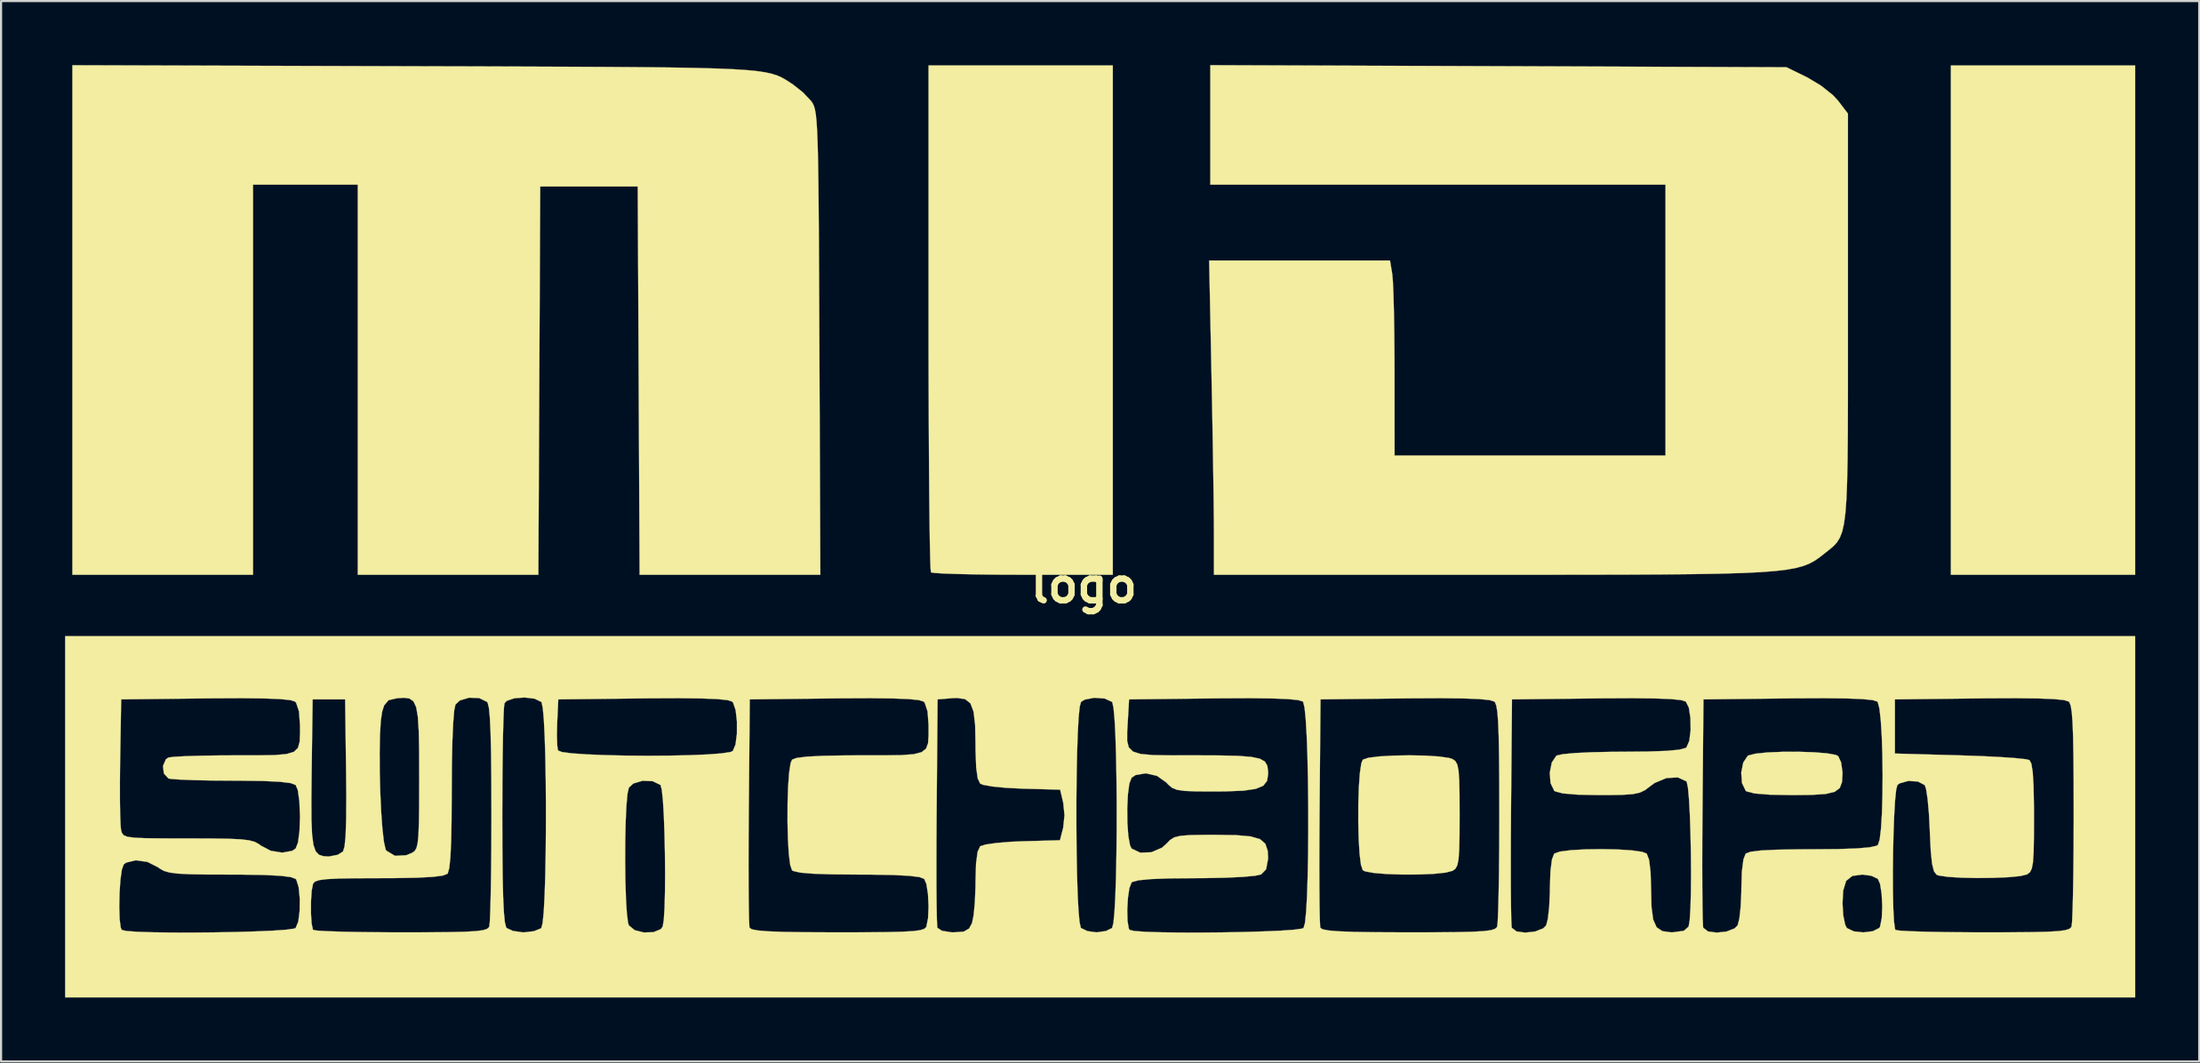
<source format=kicad_pcb>
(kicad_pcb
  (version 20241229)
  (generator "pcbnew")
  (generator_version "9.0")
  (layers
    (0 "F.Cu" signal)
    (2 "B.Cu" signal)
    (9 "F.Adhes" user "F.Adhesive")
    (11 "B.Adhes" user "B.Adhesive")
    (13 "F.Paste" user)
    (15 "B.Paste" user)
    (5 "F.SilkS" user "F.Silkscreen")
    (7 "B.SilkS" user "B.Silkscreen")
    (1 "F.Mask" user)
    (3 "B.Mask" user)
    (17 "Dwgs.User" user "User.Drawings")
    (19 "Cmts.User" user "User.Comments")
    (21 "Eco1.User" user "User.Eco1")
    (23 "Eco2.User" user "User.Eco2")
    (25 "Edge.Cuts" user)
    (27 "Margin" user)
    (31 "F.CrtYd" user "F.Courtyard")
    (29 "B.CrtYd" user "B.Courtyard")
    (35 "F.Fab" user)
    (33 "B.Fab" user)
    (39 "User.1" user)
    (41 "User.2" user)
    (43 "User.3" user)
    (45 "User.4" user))
  (footprint "logo"
    (layer "F.Cu")
    (at 47.757 24.402)
    (property "Reference" "logo" (at 0 0 0) (layer "F.SilkS") (effects (font (size 1.524 1.524) (thickness 0.3))))
    (attr through_hole)
    (fp_poly (pts (xy 49.276 -0.508) (xy 40.64 -0.508) (xy 40.64 -24.384) (xy 49.276 -24.384) (xy 49.276 -0.508)) (stroke (width 0.01) (type solid)) (fill yes) (layer "F.SilkS"))
    (fp_poly (pts (xy 1.355 -0.508) (xy -2.85 -0.508) (xy -4.011 -0.512) (xy -5.058 -0.525) (xy -5.945 -0.544) (xy -6.623 -0.568) (xy -7.046 -0.597) (xy -7.168 -0.621) (xy -7.187 -0.805) (xy -7.205 -1.3) (xy -7.222 -2.079) (xy -7.237 -3.114) (xy -7.25 -4.378) (xy -7.261 -5.843) (xy -7.27 -7.482) (xy -7.277 -9.267) (xy -7.281 -11.171) (xy -7.281 -12.559) (xy -7.281 -24.384) (xy 1.355 -24.384) (xy 1.355 -0.508)) (stroke (width 0.01) (type solid)) (fill yes) (layer "F.SilkS"))
    (fp_poly (pts (xy 34.222 7.814) (xy 34.834 7.864) (xy 35.245 7.938) (xy 35.357 7.993) (xy 35.494 8.289) (xy 35.559 8.746) (xy 35.56 8.805) (xy 35.537 9.208) (xy 35.432 9.488) (xy 35.194 9.667) (xy 34.772 9.768) (xy 34.113 9.812) (xy 33.189 9.821) (xy 32.153 9.802) (xy 31.444 9.745) (xy 31.065 9.649) (xy 31.022 9.618) (xy 30.849 9.259) (xy 30.813 8.77) (xy 30.906 8.297) (xy 31.114 7.984) (xy 31.146 7.965) (xy 31.475 7.88) (xy 32.033 7.822) (xy 32.735 7.793) (xy 33.493 7.79) (xy 34.222 7.814)) (stroke (width 0.01) (type solid)) (fill yes) (layer "F.SilkS"))
    (fp_poly (pts (xy 16.004 7.971) (xy 16.655 8.013) (xy 17.127 8.082) (xy 17.283 8.134) (xy 17.412 8.228) (xy 17.502 8.387) (xy 17.56 8.664) (xy 17.593 9.115) (xy 17.607 9.796) (xy 17.611 10.753) (xy 17.607 11.715) (xy 17.592 12.394) (xy 17.559 12.844) (xy 17.501 13.12) (xy 17.411 13.278) (xy 17.283 13.371) (xy 16.954 13.456) (xy 16.396 13.514) (xy 15.695 13.543) (xy 14.936 13.546) (xy 14.208 13.522) (xy 13.595 13.472) (xy 13.184 13.398) (xy 13.073 13.343) (xy 12.987 13.09) (xy 12.923 12.577) (xy 12.881 11.879) (xy 12.862 11.075) (xy 12.864 10.24) (xy 12.889 9.454) (xy 12.936 8.791) (xy 13.004 8.331) (xy 13.073 8.162) (xy 13.328 8.073) (xy 13.836 8.009) (xy 14.508 7.97) (xy 15.26 7.958) (xy 16.004 7.971)) (stroke (width 0.01) (type solid)) (fill yes) (layer "F.SilkS"))
    (fp_poly (pts (xy -31.369 -24.346) (xy -28.642 -24.339) (xy -26.233 -24.331) (xy -24.12 -24.323) (xy -22.282 -24.314) (xy -20.699 -24.302) (xy -19.347 -24.287) (xy -18.208 -24.267) (xy -17.258 -24.241) (xy -16.478 -24.209) (xy -15.846 -24.169) (xy -15.341 -24.12) (xy -14.941 -24.062) (xy -14.625 -23.992) (xy -14.373 -23.911) (xy -14.163 -23.818) (xy -13.973 -23.71) (xy -13.784 -23.588) (xy -13.631 -23.487) (xy -13.167 -23.119) (xy -12.784 -22.712) (xy -12.716 -22.613) (xy -12.658 -22.493) (xy -12.608 -22.326) (xy -12.566 -22.086) (xy -12.532 -21.748) (xy -12.503 -21.287) (xy -12.48 -20.677) (xy -12.461 -19.893) (xy -12.446 -18.91) (xy -12.434 -17.702) (xy -12.423 -16.243) (xy -12.414 -14.509) (xy -12.405 -12.473) (xy -12.4 -11.388) (xy -12.354 -0.508) (xy -20.825 -0.508) (xy -20.869 -9.61) (xy -20.913 -18.711) (xy -25.485 -18.711) (xy -25.528 -9.61) (xy -25.572 -0.508) (xy -34.036 -0.508) (xy -34.036 -18.796) (xy -38.947 -18.796) (xy -38.947 -0.508) (xy -47.413 -0.508) (xy -47.413 -24.394) (xy -31.369 -24.346)) (stroke (width 0.01) (type solid)) (fill yes) (layer "F.SilkS"))
    (fp_poly (pts (xy 32.935 -24.299) (xy 33.91 -23.821) (xy 34.55 -23.44) (xy 35.109 -22.993) (xy 35.35 -22.733) (xy 35.814 -22.125) (xy 35.814 -12.544) (xy 35.814 -10.439) (xy 35.813 -8.645) (xy 35.808 -7.136) (xy 35.796 -5.883) (xy 35.775 -4.861) (xy 35.742 -4.041) (xy 35.694 -3.396) (xy 35.628 -2.899) (xy 35.542 -2.523) (xy 35.433 -2.241) (xy 35.298 -2.025) (xy 35.135 -1.848) (xy 34.941 -1.684) (xy 34.713 -1.504) (xy 34.488 -1.328) (xy 34.267 -1.174) (xy 34.026 -1.041) (xy 33.743 -0.927) (xy 33.394 -0.83) (xy 32.956 -0.75) (xy 32.406 -0.684) (xy 31.721 -0.631) (xy 30.878 -0.59) (xy 29.854 -0.56) (xy 28.626 -0.538) (xy 27.17 -0.523) (xy 25.464 -0.514) (xy 23.485 -0.51) (xy 21.209 -0.508) (xy 19.099 -0.508) (xy 6.096 -0.508) (xy 6.096 -2.413) (xy 6.092 -3.068) (xy 6.082 -4.001) (xy 6.066 -5.151) (xy 6.045 -6.457) (xy 6.021 -7.859) (xy 5.993 -9.296) (xy 5.984 -9.779) (xy 5.872 -15.24) (xy 14.349 -15.24) (xy 14.454 -14.605) (xy 14.484 -14.255) (xy 14.511 -13.624) (xy 14.534 -12.769) (xy 14.55 -11.749) (xy 14.559 -10.621) (xy 14.561 -10.033) (xy 14.563 -6.096) (xy 27.263 -6.096) (xy 27.263 -18.796) (xy 5.927 -18.796) (xy 5.927 -24.397) (xy 32.935 -24.299)) (stroke (width 0.01) (type solid)) (fill yes) (layer "F.SilkS"))
    (fp_poly (pts (xy 49.276 19.304) (xy -47.752 19.304) (xy -47.752 15.058) (xy -45.217 15.058) (xy -45.2 15.63) (xy -45.148 16.029) (xy -45.099 16.143) (xy -44.884 16.192) (xy -44.389 16.229) (xy -43.672 16.253) (xy -42.794 16.265) (xy -41.812 16.267) (xy -40.784 16.258) (xy -39.77 16.24) (xy -38.829 16.212) (xy -38.019 16.177) (xy -37.398 16.133) (xy -37.025 16.082) (xy -36.949 16.053) (xy -36.826 15.756) (xy -36.776 15.366) (xy -36.231 15.366) (xy -36.2 15.841) (xy -36.14 16.121) (xy -36.124 16.143) (xy -35.93 16.175) (xy -35.445 16.203) (xy -34.719 16.227) (xy -33.798 16.244) (xy -32.732 16.254) (xy -31.994 16.256) (xy -30.709 16.254) (xy -29.724 16.245) (xy -28.997 16.227) (xy -28.49 16.198) (xy -28.162 16.154) (xy -27.974 16.093) (xy -27.885 16.013) (xy -27.873 15.988) (xy -27.847 15.756) (xy -27.824 15.23) (xy -27.804 14.454) (xy -27.787 13.474) (xy -27.776 12.333) (xy -27.771 11.076) (xy -27.771 10.817) (xy -27.263 10.817) (xy -27.258 12.389) (xy -27.245 13.646) (xy -27.222 14.613) (xy -27.188 15.314) (xy -27.143 15.773) (xy -27.084 16.014) (xy -27.059 16.053) (xy -26.763 16.19) (xy -26.306 16.255) (xy -26.247 16.256) (xy -25.783 16.203) (xy -25.456 16.072) (xy -25.434 16.053) (xy -25.373 15.826) (xy -25.321 15.312) (xy -25.28 14.562) (xy -25.249 13.629) (xy -25.235 12.906) (xy -21.503 12.906) (xy -21.493 13.829) (xy -21.466 14.667) (xy -21.425 15.347) (xy -21.369 15.8) (xy -21.33 15.928) (xy -21.056 16.154) (xy -20.626 16.262) (xy -20.174 16.247) (xy -19.832 16.106) (xy -19.745 15.988) (xy -19.693 15.681) (xy -19.657 15.119) (xy -19.637 14.369) (xy -19.631 13.496) (xy -19.634 13.09) (xy -15.72 13.09) (xy -15.717 14.143) (xy -15.709 15.006) (xy -15.697 15.635) (xy -15.68 15.987) (xy -15.671 16.043) (xy -15.563 16.114) (xy -15.28 16.168) (xy -14.789 16.208) (xy -14.06 16.235) (xy -13.06 16.25) (xy -11.758 16.256) (xy -11.538 16.256) (xy -10.248 16.254) (xy -9.257 16.245) (xy -8.525 16.227) (xy -8.012 16.198) (xy -7.68 16.155) (xy -7.489 16.095) (xy -7.398 16.016) (xy -7.384 15.988) (xy -7.304 15.585) (xy -7.281 15.034) (xy -7.309 14.46) (xy -7.383 13.987) (xy -7.485 13.75) (xy -7.706 13.665) (xy -8.193 13.605) (xy -8.966 13.566) (xy -10.046 13.548) (xy -10.583 13.547) (xy -11.796 13.537) (xy -12.693 13.507) (xy -13.294 13.456) (xy -13.622 13.381) (xy -13.682 13.343) (xy -13.768 13.09) (xy -13.768 13.09) (xy -6.914 13.09) (xy -6.912 14.143) (xy -6.904 15.006) (xy -6.892 15.635) (xy -6.875 15.987) (xy -6.866 16.043) (xy -6.653 16.183) (xy -6.216 16.253) (xy -6.097 16.256) (xy -5.631 16.221) (xy -5.379 16.075) (xy -5.245 15.822) (xy -5.169 15.456) (xy -5.112 14.86) (xy -5.082 14.144) (xy -5.08 13.895) (xy -5.056 13.028) (xy -4.982 12.476) (xy -4.859 12.219) (xy -4.604 12.138) (xy -4.093 12.065) (xy -3.41 12.009) (xy -2.879 11.987) (xy -1.122 11.938) (xy -0.973 11.363) (xy -0.962 11.263) (xy -0.352 11.263) (xy -0.343 12.416) (xy -0.323 13.495) (xy -0.294 14.449) (xy -0.254 15.225) (xy -0.204 15.773) (xy -0.144 16.041) (xy -0.135 16.053) (xy 0.17 16.199) (xy 0.593 16.256) (xy 1.031 16.194) (xy 1.321 16.053) (xy 1.382 15.826) (xy 1.433 15.312) (xy 1.474 14.562) (xy 1.505 13.629) (xy 1.526 12.564) (xy 1.537 11.418) (xy 1.538 10.242) (xy 1.528 9.089) (xy 1.509 8.01) (xy 1.486 7.281) (xy 2.028 7.281) (xy 2.105 7.586) (xy 2.303 7.782) (xy 2.665 7.895) (xy 3.234 7.946) (xy 4.054 7.96) (xy 5.168 7.959) (xy 5.219 7.959) (xy 6.376 7.963) (xy 7.238 7.983) (xy 7.848 8.031) (xy 8.249 8.116) (xy 8.485 8.251) (xy 8.599 8.446) (xy 8.634 8.713) (xy 8.636 8.833) (xy 8.587 9.155) (xy 8.409 9.382) (xy 8.055 9.53) (xy 7.479 9.614) (xy 6.635 9.648) (xy 6.106 9.652) (xy 5.282 9.648) (xy 4.725 9.626) (xy 4.364 9.574) (xy 4.129 9.478) (xy 3.949 9.324) (xy 3.863 9.229) (xy 3.43 8.922) (xy 2.905 8.8) (xy 2.423 8.881) (xy 2.235 9.009) (xy 2.13 9.283) (xy 2.062 9.794) (xy 2.031 10.439) (xy 2.038 11.119) (xy 2.081 11.731) (xy 2.161 12.174) (xy 2.235 12.327) (xy 2.642 12.521) (xy 3.162 12.501) (xy 3.66 12.288) (xy 3.863 12.107) (xy 4.04 11.925) (xy 4.236 11.804) (xy 4.523 11.732) (xy 4.969 11.697) (xy 5.644 11.685) (xy 6.167 11.684) (xy 7.135 11.699) (xy 7.814 11.759) (xy 8.254 11.885) (xy 8.504 12.1) (xy 8.615 12.427) (xy 8.636 12.791) (xy 8.541 13.301) (xy 8.308 13.541) (xy 8.024 13.603) (xy 7.458 13.655) (xy 6.67 13.693) (xy 5.718 13.713) (xy 5.21 13.716) (xy 4.019 13.726) (xy 3.146 13.759) (xy 2.57 13.814) (xy 2.271 13.893) (xy 2.235 13.919) (xy 2.132 14.182) (xy 2.063 14.653) (xy 2.032 15.207) (xy 2.045 15.723) (xy 2.106 16.076) (xy 2.145 16.143) (xy 2.36 16.192) (xy 2.855 16.229) (xy 3.572 16.253) (xy 4.45 16.265) (xy 5.432 16.267) (xy 6.46 16.258) (xy 7.474 16.24) (xy 8.415 16.212) (xy 9.225 16.177) (xy 9.846 16.133) (xy 10.219 16.082) (xy 10.295 16.053) (xy 10.362 15.821) (xy 10.416 15.304) (xy 10.459 14.552) (xy 10.49 13.618) (xy 10.5 13.09) (xy 11.035 13.09) (xy 11.038 14.143) (xy 11.045 15.006) (xy 11.058 15.635) (xy 11.075 15.987) (xy 11.084 16.043) (xy 11.191 16.114) (xy 11.475 16.168) (xy 11.965 16.208) (xy 12.695 16.235) (xy 13.695 16.25) (xy 14.997 16.256) (xy 15.217 16.256) (xy 16.507 16.254) (xy 17.498 16.245) (xy 18.23 16.227) (xy 18.742 16.198) (xy 19.074 16.155) (xy 19.266 16.095) (xy 19.357 16.016) (xy 19.371 15.988) (xy 19.397 15.756) (xy 19.42 15.23) (xy 19.44 14.454) (xy 19.457 13.473) (xy 19.46 13.09) (xy 20.01 13.09) (xy 20.012 14.143) (xy 20.02 15.006) (xy 20.032 15.635) (xy 20.049 15.987) (xy 20.058 16.043) (xy 20.283 16.214) (xy 20.69 16.269) (xy 21.149 16.218) (xy 21.529 16.07) (xy 21.669 15.928) (xy 21.75 15.612) (xy 21.812 15.06) (xy 21.842 14.38) (xy 21.844 14.184) (xy 21.869 13.394) (xy 21.941 12.834) (xy 22.047 12.565) (xy 22.308 12.471) (xy 22.821 12.405) (xy 23.501 12.366) (xy 24.261 12.354) (xy 25.015 12.37) (xy 25.679 12.412) (xy 26.167 12.481) (xy 26.382 12.565) (xy 26.492 12.851) (xy 26.562 13.421) (xy 26.585 14.184) (xy 26.606 15.062) (xy 26.684 15.656) (xy 26.846 16.018) (xy 27.117 16.2) (xy 27.523 16.255) (xy 27.589 16.256) (xy 28.119 16.185) (xy 28.345 15.988) (xy 28.397 15.682) (xy 28.433 15.121) (xy 28.453 14.369) (xy 28.46 13.491) (xy 28.457 13.09) (xy 28.984 13.09) (xy 28.987 14.143) (xy 28.995 15.006) (xy 29.007 15.635) (xy 29.024 15.987) (xy 29.033 16.043) (xy 29.257 16.214) (xy 29.665 16.269) (xy 30.124 16.218) (xy 30.503 16.07) (xy 30.643 15.928) (xy 30.725 15.612) (xy 30.786 15.06) (xy 30.794 14.901) (xy 35.56 14.901) (xy 35.594 15.462) (xy 35.683 15.895) (xy 35.763 16.053) (xy 36.087 16.21) (xy 36.54 16.258) (xy 36.984 16.203) (xy 37.281 16.051) (xy 37.32 15.988) (xy 37.4 15.585) (xy 37.423 15.034) (xy 37.395 14.46) (xy 37.321 13.987) (xy 37.219 13.75) (xy 36.914 13.604) (xy 36.491 13.547) (xy 36.016 13.612) (xy 35.729 13.845) (xy 35.59 14.304) (xy 35.56 14.901) (xy 30.794 14.901) (xy 30.817 14.38) (xy 30.819 14.184) (xy 30.841 13.478) (xy 37.92 13.478) (xy 37.924 14.367) (xy 37.94 15.141) (xy 37.972 15.735) (xy 38.018 16.084) (xy 38.044 16.143) (xy 38.238 16.175) (xy 38.723 16.203) (xy 39.449 16.227) (xy 40.37 16.244) (xy 41.436 16.254) (xy 42.174 16.256) (xy 43.459 16.254) (xy 44.444 16.245) (xy 45.171 16.227) (xy 45.678 16.198) (xy 46.006 16.154) (xy 46.194 16.093) (xy 46.283 16.013) (xy 46.295 15.988) (xy 46.321 15.756) (xy 46.344 15.23) (xy 46.364 14.454) (xy 46.381 13.473) (xy 46.392 12.332) (xy 46.397 11.074) (xy 46.397 10.675) (xy 46.395 9.18) (xy 46.385 7.991) (xy 46.368 7.074) (xy 46.342 6.397) (xy 46.305 5.925) (xy 46.255 5.626) (xy 46.192 5.467) (xy 46.164 5.436) (xy 45.947 5.368) (xy 45.47 5.32) (xy 44.715 5.29) (xy 43.663 5.279) (xy 42.295 5.285) (xy 41.973 5.288) (xy 38.015 5.334) (xy 38.015 7.874) (xy 41.063 7.959) (xy 42.055 7.993) (xy 42.936 8.037) (xy 43.648 8.086) (xy 44.132 8.137) (xy 44.323 8.18) (xy 44.413 8.349) (xy 44.476 8.744) (xy 44.515 9.397) (xy 44.533 10.341) (xy 44.535 10.841) (xy 44.531 11.821) (xy 44.518 12.517) (xy 44.486 12.982) (xy 44.431 13.27) (xy 44.346 13.435) (xy 44.223 13.532) (xy 44.207 13.541) (xy 43.893 13.617) (xy 43.338 13.671) (xy 42.63 13.701) (xy 41.86 13.709) (xy 41.117 13.693) (xy 40.49 13.654) (xy 40.069 13.591) (xy 39.966 13.552) (xy 39.846 13.39) (xy 39.759 13.044) (xy 39.698 12.467) (xy 39.656 11.607) (xy 39.651 11.48) (xy 39.611 10.694) (xy 39.551 10.025) (xy 39.48 9.55) (xy 39.416 9.356) (xy 39.096 9.185) (xy 38.643 9.157) (xy 38.235 9.272) (xy 38.134 9.347) (xy 38.075 9.568) (xy 38.024 10.063) (xy 37.982 10.766) (xy 37.95 11.612) (xy 37.929 12.538) (xy 37.92 13.478) (xy 30.841 13.478) (xy 30.844 13.394) (xy 30.916 12.834) (xy 31.022 12.565) (xy 31.244 12.48) (xy 31.73 12.419) (xy 32.503 12.381) (xy 33.584 12.363) (xy 34.121 12.361) (xy 35.334 12.352) (xy 36.23 12.322) (xy 36.831 12.27) (xy 37.159 12.196) (xy 37.219 12.158) (xy 37.301 11.91) (xy 37.364 11.392) (xy 37.408 10.671) (xy 37.433 9.813) (xy 37.44 8.882) (xy 37.429 7.946) (xy 37.4 7.07) (xy 37.353 6.32) (xy 37.29 5.762) (xy 37.21 5.461) (xy 37.19 5.436) (xy 36.972 5.368) (xy 36.495 5.32) (xy 35.74 5.29) (xy 34.688 5.279) (xy 33.32 5.285) (xy 32.999 5.288) (xy 29.041 5.334) (xy 28.996 10.582) (xy 28.987 11.888) (xy 28.984 13.09) (xy 28.457 13.09) (xy 28.453 12.551) (xy 28.434 11.614) (xy 28.404 10.746) (xy 28.364 10.01) (xy 28.314 9.471) (xy 28.256 9.195) (xy 28.245 9.178) (xy 27.842 8.992) (xy 27.306 9.023) (xy 26.754 9.253) (xy 26.554 9.398) (xy 26.312 9.583) (xy 26.06 9.705) (xy 25.724 9.776) (xy 25.228 9.81) (xy 24.497 9.821) (xy 24.151 9.821) (xy 23.142 9.801) (xy 22.45 9.742) (xy 22.084 9.645) (xy 22.047 9.618) (xy 21.874 9.259) (xy 21.839 8.77) (xy 21.931 8.297) (xy 22.14 7.984) (xy 22.172 7.965) (xy 22.456 7.902) (xy 23.022 7.85) (xy 23.81 7.812) (xy 24.762 7.792) (xy 25.27 7.789) (xy 26.461 7.779) (xy 27.334 7.747) (xy 27.91 7.692) (xy 28.209 7.612) (xy 28.245 7.586) (xy 28.379 7.276) (xy 28.441 6.775) (xy 28.433 6.214) (xy 28.357 5.724) (xy 28.215 5.436) (xy 27.998 5.368) (xy 27.521 5.32) (xy 26.765 5.29) (xy 25.713 5.279) (xy 24.346 5.285) (xy 24.024 5.288) (xy 20.066 5.334) (xy 20.021 10.582) (xy 20.013 11.888) (xy 20.01 13.09) (xy 19.46 13.09) (xy 19.468 12.332) (xy 19.473 11.074) (xy 19.473 10.675) (xy 19.471 9.18) (xy 19.461 7.991) (xy 19.444 7.074) (xy 19.418 6.397) (xy 19.381 5.925) (xy 19.331 5.626) (xy 19.268 5.467) (xy 19.24 5.436) (xy 19.023 5.368) (xy 18.546 5.32) (xy 17.791 5.29) (xy 16.739 5.279) (xy 15.371 5.285) (xy 15.049 5.288) (xy 11.091 5.334) (xy 11.046 10.582) (xy 11.038 11.888) (xy 11.035 13.09) (xy 10.5 13.09) (xy 10.51 12.553) (xy 10.518 11.407) (xy 10.516 10.232) (xy 10.503 9.08) (xy 10.479 8.001) (xy 10.444 7.048) (xy 10.399 6.271) (xy 10.343 5.721) (xy 10.277 5.45) (xy 10.266 5.436) (xy 10.048 5.368) (xy 9.571 5.32) (xy 8.816 5.29) (xy 7.764 5.279) (xy 6.396 5.285) (xy 6.075 5.288) (xy 2.117 5.334) (xy 2.064 6.256) (xy 2.029 6.846) (xy 2.028 7.281) (xy 1.486 7.281) (xy 1.479 7.056) (xy 1.439 6.28) (xy 1.389 5.732) (xy 1.329 5.464) (xy 1.321 5.453) (xy 0.972 5.294) (xy 0.484 5.259) (xy 0.035 5.347) (xy -0.135 5.453) (xy -0.197 5.68) (xy -0.248 6.193) (xy -0.289 6.943) (xy -0.32 7.876) (xy -0.341 8.942) (xy -0.352 10.088) (xy -0.352 11.263) (xy -0.962 11.263) (xy -0.909 10.765) (xy -0.969 10.178) (xy -1.113 9.567) (xy -2.875 9.519) (xy -3.631 9.482) (xy -4.271 9.42) (xy -4.712 9.343) (xy -4.859 9.286) (xy -4.977 9.043) (xy -5.049 8.529) (xy -5.079 7.717) (xy -5.08 7.462) (xy -5.098 6.542) (xy -5.17 5.911) (xy -5.319 5.52) (xy -5.57 5.322) (xy -5.948 5.268) (xy -6.187 5.279) (xy -6.858 5.334) (xy -6.903 10.582) (xy -6.911 11.888) (xy -6.914 13.09) (xy -13.768 13.09) (xy -13.832 12.577) (xy -13.873 11.879) (xy -13.893 11.075) (xy -13.89 10.24) (xy -13.866 9.454) (xy -13.819 8.791) (xy -13.75 8.331) (xy -13.682 8.162) (xy -13.465 8.079) (xy -12.988 8.019) (xy -12.229 7.98) (xy -11.166 7.961) (xy -10.483 7.959) (xy -9.368 7.959) (xy -8.546 7.948) (xy -7.974 7.904) (xy -7.606 7.809) (xy -7.397 7.641) (xy -7.303 7.381) (xy -7.28 7.008) (xy -7.281 6.526) (xy -7.328 5.897) (xy -7.459 5.501) (xy -7.514 5.436) (xy -7.732 5.368) (xy -8.209 5.32) (xy -8.964 5.29) (xy -10.016 5.279) (xy -11.384 5.285) (xy -11.705 5.288) (xy -15.663 5.334) (xy -15.708 10.582) (xy -15.717 11.888) (xy -15.72 13.09) (xy -19.634 13.09) (xy -19.639 12.566) (xy -19.659 11.644) (xy -19.69 10.795) (xy -19.732 10.086) (xy -19.784 9.583) (xy -19.844 9.35) (xy -19.846 9.347) (xy -20.213 9.169) (xy -20.689 9.15) (xy -21.121 9.278) (xy -21.33 9.472) (xy -21.395 9.765) (xy -21.445 10.325) (xy -21.48 11.083) (xy -21.499 11.967) (xy -21.503 12.906) (xy -25.235 12.906) (xy -25.228 12.564) (xy -25.218 11.418) (xy -25.217 10.242) (xy -25.226 9.089) (xy -25.246 8.01) (xy -25.276 7.056) (xy -25.278 7.018) (xy -24.703 7.018) (xy -24.687 7.499) (xy -24.652 7.729) (xy -24.461 7.804) (xy -23.99 7.865) (xy -23.294 7.913) (xy -22.433 7.948) (xy -21.463 7.97) (xy -20.442 7.978) (xy -19.426 7.971) (xy -18.475 7.951) (xy -17.644 7.916) (xy -16.992 7.867) (xy -16.575 7.804) (xy -16.459 7.755) (xy -16.33 7.451) (xy -16.265 6.948) (xy -16.264 6.369) (xy -16.324 5.841) (xy -16.445 5.486) (xy -16.489 5.436) (xy -16.706 5.368) (xy -17.183 5.32) (xy -17.939 5.29) (xy -18.991 5.279) (xy -20.358 5.285) (xy -20.68 5.288) (xy -24.638 5.334) (xy -24.689 6.417) (xy -24.703 7.018) (xy -25.278 7.018) (xy -25.315 6.28) (xy -25.365 5.732) (xy -25.425 5.464) (xy -25.434 5.453) (xy -25.752 5.301) (xy -26.216 5.246) (xy -26.694 5.281) (xy -27.054 5.403) (xy -27.16 5.517) (xy -27.186 5.749) (xy -27.209 6.275) (xy -27.23 7.051) (xy -27.246 8.032) (xy -27.257 9.173) (xy -27.262 10.429) (xy -27.263 10.817) (xy -27.771 10.817) (xy -27.771 10.688) (xy -27.775 9.116) (xy -27.788 7.859) (xy -27.811 6.892) (xy -27.845 6.191) (xy -27.89 5.732) (xy -27.949 5.491) (xy -27.974 5.453) (xy -28.341 5.274) (xy -28.817 5.255) (xy -29.249 5.383) (xy -29.458 5.577) (xy -29.517 5.858) (xy -29.565 6.441) (xy -29.602 7.286) (xy -29.625 8.356) (xy -29.633 9.607) (xy -29.64 10.962) (xy -29.66 12.003) (xy -29.696 12.754) (xy -29.748 13.241) (xy -29.817 13.487) (xy -29.837 13.513) (xy -30.054 13.596) (xy -30.531 13.656) (xy -31.29 13.695) (xy -32.353 13.714) (xy -33.036 13.716) (xy -34.129 13.72) (xy -34.929 13.733) (xy -35.483 13.761) (xy -35.837 13.806) (xy -36.036 13.873) (xy -36.127 13.966) (xy -36.135 13.984) (xy -36.199 14.317) (xy -36.23 14.818) (xy -36.231 15.366) (xy -36.776 15.366) (xy -36.761 15.253) (xy -36.755 14.672) (xy -36.807 14.142) (xy -36.917 13.79) (xy -36.949 13.75) (xy -37.17 13.666) (xy -37.655 13.605) (xy -38.426 13.566) (xy -39.505 13.548) (xy -40.058 13.547) (xy -41.129 13.544) (xy -41.915 13.531) (xy -42.472 13.502) (xy -42.854 13.453) (xy -43.116 13.378) (xy -43.312 13.27) (xy -43.396 13.208) (xy -43.893 12.955) (xy -44.437 12.877) (xy -44.892 12.986) (xy -45.009 13.073) (xy -45.097 13.321) (xy -45.163 13.802) (xy -45.204 14.415) (xy -45.217 15.058) (xy -47.752 15.058) (xy -47.752 9.192) (xy -45.186 9.192) (xy -45.185 10.076) (xy -45.173 10.797) (xy -45.151 11.293) (xy -45.13 11.472) (xy -45.087 11.608) (xy -45.004 11.707) (xy -44.833 11.775) (xy -44.525 11.818) (xy -44.034 11.841) (xy -43.312 11.851) (xy -42.311 11.853) (xy -42.01 11.853) (xy -40.916 11.856) (xy -40.108 11.868) (xy -39.534 11.894) (xy -39.14 11.94) (xy -38.875 12.01) (xy -38.684 12.11) (xy -38.584 12.186) (xy -38.116 12.432) (xy -37.578 12.519) (xy -37.109 12.435) (xy -36.949 12.327) (xy -36.838 12.044) (xy -36.767 11.494) (xy -36.745 10.837) (xy -36.773 10.111) (xy -36.784 10.033) (xy -36.212 10.033) (xy -36.208 10.985) (xy -36.178 11.679) (xy -36.115 12.156) (xy -36.01 12.456) (xy -35.855 12.619) (xy -35.641 12.687) (xy -35.391 12.7) (xy -34.974 12.62) (xy -34.73 12.467) (xy -34.657 12.235) (xy -34.607 11.734) (xy -34.58 10.945) (xy -34.573 9.849) (xy -34.583 8.784) (xy -34.595 7.837) (xy -33.012 7.837) (xy -33.007 8.756) (xy -32.982 9.701) (xy -32.94 10.603) (xy -32.883 11.393) (xy -32.813 12.003) (xy -32.732 12.366) (xy -32.703 12.421) (xy -32.294 12.669) (xy -31.763 12.641) (xy -31.485 12.525) (xy -31.373 12.445) (xy -31.29 12.313) (xy -31.231 12.082) (xy -31.193 11.705) (xy -31.171 11.138) (xy -31.16 10.333) (xy -31.157 9.245) (xy -31.157 8.989) (xy -31.16 7.761) (xy -31.177 6.831) (xy -31.219 6.159) (xy -31.297 5.706) (xy -31.422 5.432) (xy -31.606 5.296) (xy -31.859 5.259) (xy -32.193 5.28) (xy -32.195 5.28) (xy -32.592 5.372) (xy -32.802 5.62) (xy -32.894 5.908) (xy -32.958 6.344) (xy -32.997 7.01) (xy -33.012 7.837) (xy -34.595 7.837) (xy -34.629 5.334) (xy -36.153 5.334) (xy -36.199 8.784) (xy -36.212 10.033) (xy -36.784 10.033) (xy -36.848 9.586) (xy -36.949 9.347) (xy -37.178 9.26) (xy -37.681 9.198) (xy -38.476 9.16) (xy -39.585 9.145) (xy -39.898 9.144) (xy -40.845 9.138) (xy -41.685 9.121) (xy -42.354 9.095) (xy -42.788 9.064) (xy -42.912 9.041) (xy -43.126 8.808) (xy -43.166 8.453) (xy -43.032 8.143) (xy -42.912 8.061) (xy -42.659 8.027) (xy -42.131 7.998) (xy -41.388 7.975) (xy -40.494 7.962) (xy -39.798 7.959) (xy -38.712 7.959) (xy -37.92 7.946) (xy -37.375 7.897) (xy -37.03 7.792) (xy -36.841 7.609) (xy -36.761 7.326) (xy -36.744 6.922) (xy -36.745 6.526) (xy -36.792 5.897) (xy -36.923 5.501) (xy -36.978 5.436) (xy -37.196 5.368) (xy -37.673 5.32) (xy -38.428 5.29) (xy -39.48 5.279) (xy -40.848 5.285) (xy -41.169 5.288) (xy -45.127 5.334) (xy -45.176 8.213) (xy -45.186 9.192) (xy -47.752 9.192) (xy -47.752 2.371) (xy 49.276 2.371) (xy 49.276 19.304)) (stroke (width 0.01) (type solid)) (fill yes) (layer "F.SilkS")))
  (gr_rect
    (start -3 -3)
    (end 100.038 46.711)
    (stroke (width 0.1) (type default))
    (fill no)
    (layer "Edge.Cuts")))
</source>
